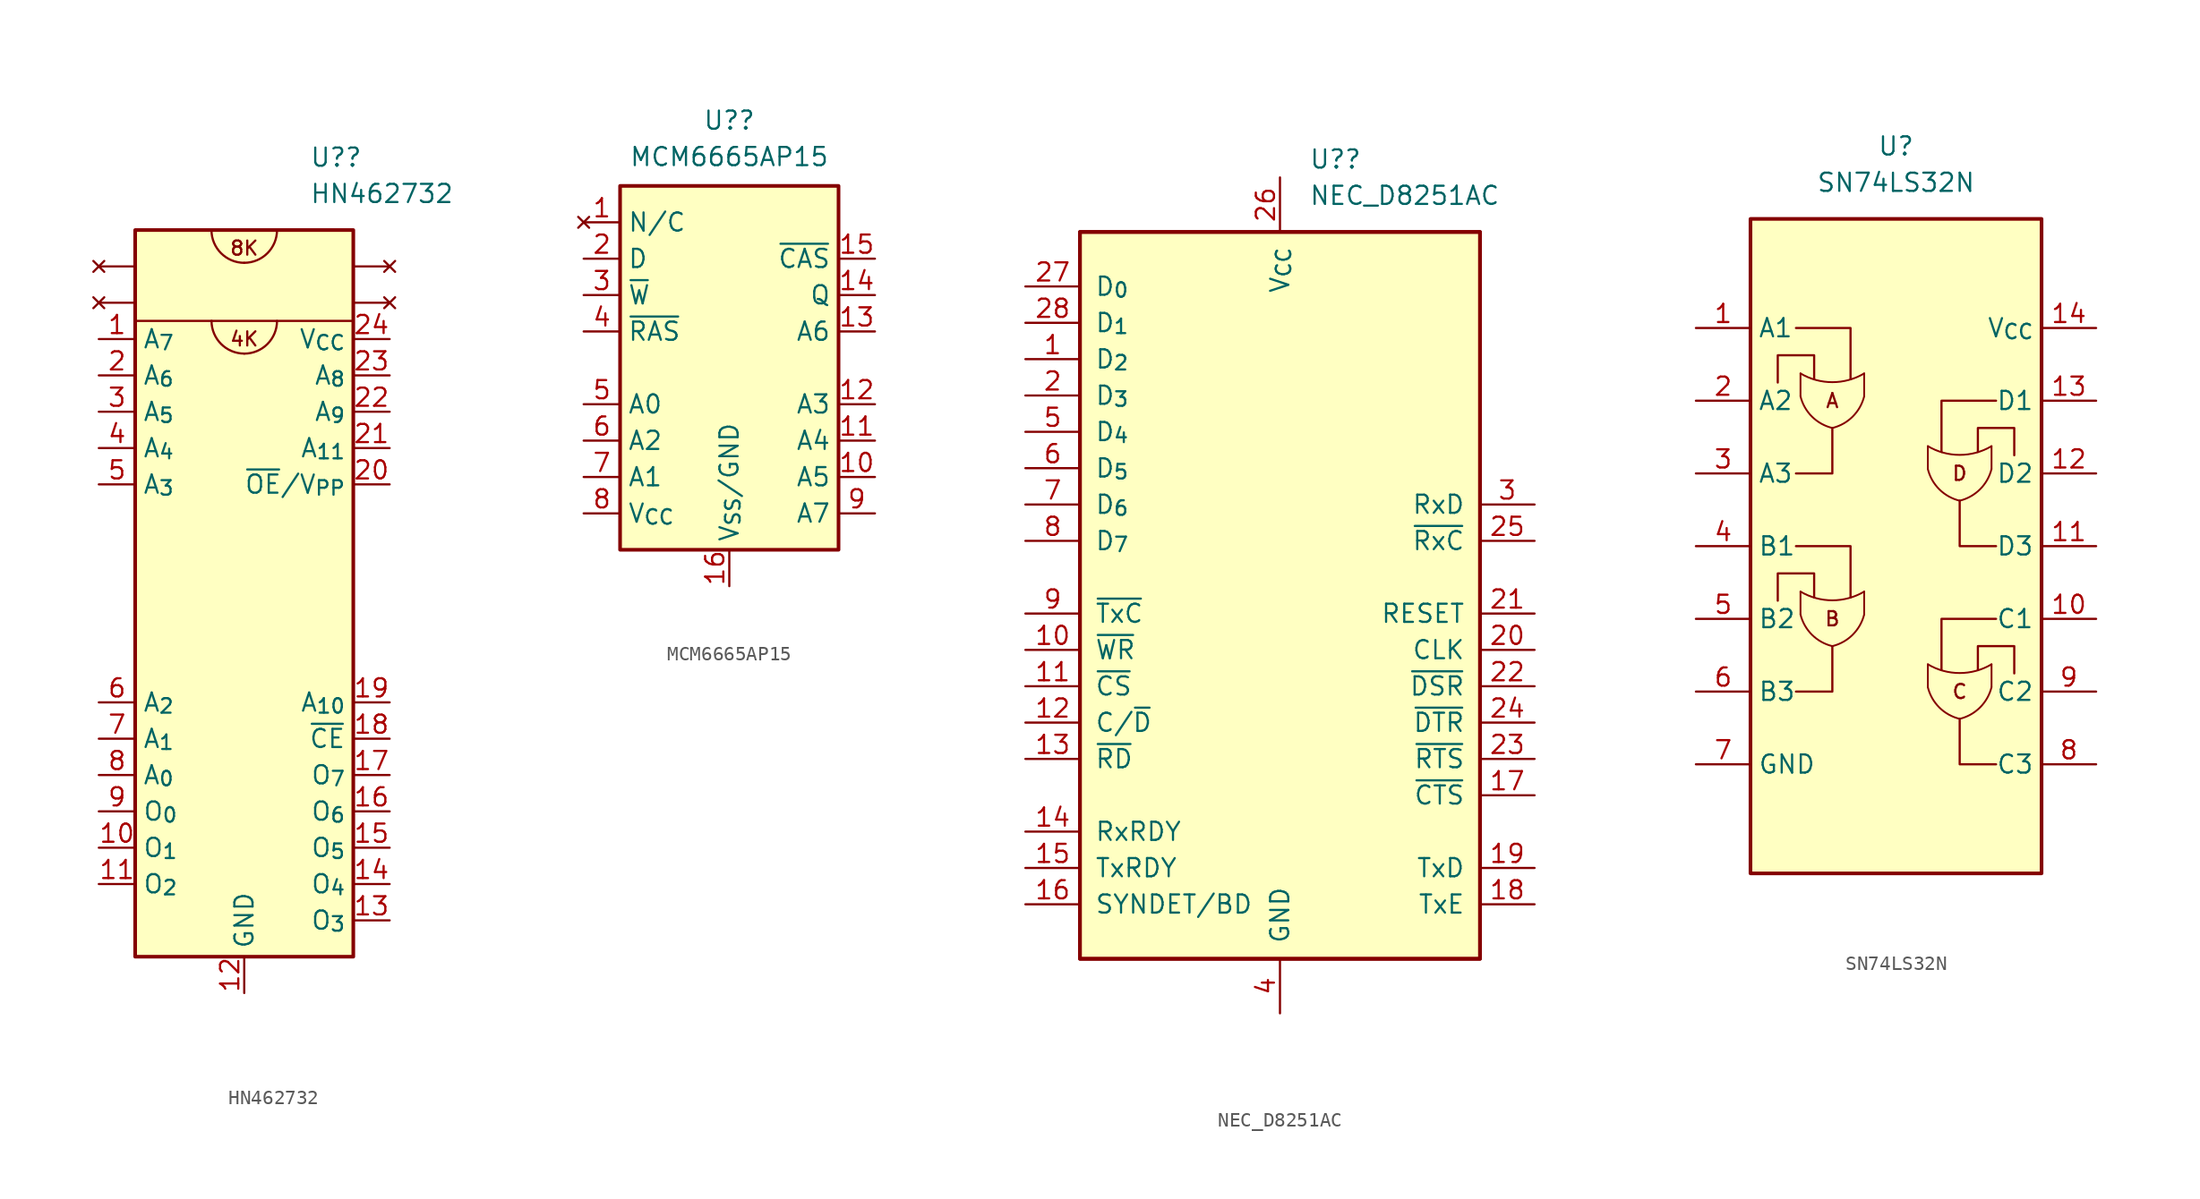
<source format=kicad_sym>
(kicad_symbol_lib
  (version 20211014)
  (generator kicad_symbol_editor)
  (symbol "HN462732"
    (property "Reference" "U?"
      (at 4.559 30.48 0)
      (effects (font (size 1.27 1.27)) (justify left)))
    (property "Value" "HN462732"
      (at 4.559 27.94 0)
      (effects (font (size 1.27 1.27)) (justify left)))
    (symbol "HN462732_0_0"
      (arc (start -2.2903 25.3957) (mid -1.6195 23.7805) (end -0.0043 23.1097) (stroke (width 0) (type default) (color 0 0 0 0)) (fill (type none)))
      (arc (start -2.286 19.05) (mid -1.6152 17.4348) (end 0 16.764) (stroke (width 0) (type default) (color 0 0 0 0)) (fill (type none)))
      (arc (start 0.0043 16.7597) (mid 1.6195 17.4305) (end 2.2903 19.0457) (stroke (width 0) (type default) (color 0 0 0 0)) (fill (type none)))
      (arc (start 0.0043 23.1097) (mid 1.6195 23.7805) (end 2.2903 25.3957) (stroke (width 0) (type default) (color 0 0 0 0)) (fill (type none)))
      (text "4K" (at 0 17.78 0) (effects (font (size 0.991 0.991))))
      (text "8K" (at 0 24.13 0) (effects (font (size 0.991 0.991)))))
    (symbol "HN462732_0_1"
      (polyline (pts (xy -7.62 19.05) (xy 7.62 19.05)) (stroke (width 0) (type default) (color 0 0 0 0)) (fill (type none))))
    (symbol "HN462732_1_1"
      (rectangle (start -7.62 25.4) (end 7.62 -25.4) (stroke (width 0.254) (type default) (color 0 0 0 0)) (fill (type background)))
      (pin no_connect line (at -10.16 20.32 0) (length 2.54) (name "" (effects (font (size 1.27 1.27)))) (number "" (effects (font (size 1.27 1.27)))))
      (pin no_connect line (at -10.16 22.86 0) (length 2.54) (name "" (effects (font (size 1.27 1.27)))) (number "" (effects (font (size 1.27 1.27)))))
      (pin no_connect line (at 10.16 20.32 180) (length 2.54) (name "" (effects (font (size 1.27 1.27)))) (number "" (effects (font (size 1.27 1.27)))))
      (pin no_connect line (at 10.16 22.86 180) (length 2.54) (name "" (effects (font (size 1.27 1.27)))) (number "" (effects (font (size 1.27 1.27)))))
      (pin input line (at -10.16 17.78 0) (length 2.54) (name "A_{7}" (effects (font (size 1.27 1.27)))) (number "1" (effects (font (size 1.27 1.27)))))
      (pin output line (at -10.16 -17.78 0) (length 2.54) (name "O_{1}" (effects (font (size 1.27 1.27)))) (number "10" (effects (font (size 1.27 1.27)))))
      (pin output line (at -10.16 -20.32 0) (length 2.54) (name "O_{2}" (effects (font (size 1.27 1.27)))) (number "11" (effects (font (size 1.27 1.27)))))
      (pin power_in line (at 0 -27.94 90) (length 2.54) (name "GND" (effects (font (size 1.27 1.27)))) (number "12" (effects (font (size 1.27 1.27)))))
      (pin output line (at 10.16 -22.86 180) (length 2.54) (name "O_{3}" (effects (font (size 1.27 1.27)))) (number "13" (effects (font (size 1.27 1.27)))))
      (pin output line (at 10.16 -20.32 180) (length 2.54) (name "O_{4}" (effects (font (size 1.27 1.27)))) (number "14" (effects (font (size 1.27 1.27)))))
      (pin output line (at 10.16 -17.78 180) (length 2.54) (name "O_{5}" (effects (font (size 1.27 1.27)))) (number "15" (effects (font (size 1.27 1.27)))))
      (pin output line (at 10.16 -15.24 180) (length 2.54) (name "O_{6}" (effects (font (size 1.27 1.27)))) (number "16" (effects (font (size 1.27 1.27)))))
      (pin output line (at 10.16 -12.7 180) (length 2.54) (name "O_{7}" (effects (font (size 1.27 1.27)))) (number "17" (effects (font (size 1.27 1.27)))))
      (pin input line (at 10.16 -10.16 180) (length 2.54) (name "~{CE}" (effects (font (size 1.27 1.27)))) (number "18" (effects (font (size 1.27 1.27)))))
      (pin passive line (at 10.16 -7.62 180) (length 2.54) (name "A_{10}" (effects (font (size 1.27 1.27)))) (number "19" (effects (font (size 1.27 1.27)))))
      (pin input line (at -10.16 15.24 0) (length 2.54) (name "A_{6}" (effects (font (size 1.27 1.27)))) (number "2" (effects (font (size 1.27 1.27)))))
      (pin input line (at 10.16 7.62 180) (length 2.54) (name "~{OE}/V_{PP}" (effects (font (size 1.27 1.27)))) (number "20" (effects (font (size 1.27 1.27)))))
      (pin passive line (at 10.16 10.16 180) (length 2.54) (name "A_{11}" (effects (font (size 1.27 1.27)))) (number "21" (effects (font (size 1.27 1.27)))))
      (pin passive line (at 10.16 12.7 180) (length 2.54) (name "A_{9}" (effects (font (size 1.27 1.27)))) (number "22" (effects (font (size 1.27 1.27)))))
      (pin passive line (at 10.16 15.24 180) (length 2.54) (name "A_{8}" (effects (font (size 1.27 1.27)))) (number "23" (effects (font (size 1.27 1.27)))))
      (pin power_in line (at 10.16 17.78 180) (length 2.54) (name "V_{CC}" (effects (font (size 1.27 1.27)))) (number "24" (effects (font (size 1.27 1.27)))))
      (pin input line (at -10.16 12.7 0) (length 2.54) (name "A_{5}" (effects (font (size 1.27 1.27)))) (number "3" (effects (font (size 1.27 1.27)))))
      (pin input line (at -10.16 10.16 0) (length 2.54) (name "A_{4}" (effects (font (size 1.27 1.27)))) (number "4" (effects (font (size 1.27 1.27)))))
      (pin input line (at -10.16 7.62 0) (length 2.54) (name "A_{3}" (effects (font (size 1.27 1.27)))) (number "5" (effects (font (size 1.27 1.27)))))
      (pin input line (at -10.16 -7.62 0) (length 2.54) (name "A_{2}" (effects (font (size 1.27 1.27)))) (number "6" (effects (font (size 1.27 1.27)))))
      (pin input line (at -10.16 -10.16 0) (length 2.54) (name "A_{1}" (effects (font (size 1.27 1.27)))) (number "7" (effects (font (size 1.27 1.27)))))
      (pin input line (at -10.16 -12.7 0) (length 2.54) (name "A_{0}" (effects (font (size 1.27 1.27)))) (number "8" (effects (font (size 1.27 1.27)))))
      (pin output line (at -10.16 -15.24 0) (length 2.54) (name "O_{0}" (effects (font (size 1.27 1.27)))) (number "9" (effects (font (size 1.27 1.27)))))))
  (symbol "MCM6665AP15"
    (property "Reference" "U?"
      (at 0 17.272 0)
      (effects (font (size 1.27 1.27))))
    (property "Value" "MCM6665AP15"
      (at 0 14.732 0)
      (effects (font (size 1.27 1.27))))
    (symbol "MCM6665AP15_0_1"
      (rectangle (start -7.62 12.7) (end 7.62 -12.7) (stroke (width 0.254) (type default) (color 0 0 0 0)) (fill (type background))))
    (symbol "MCM6665AP15_1_1"
      (pin no_connect line (at -10.16 10.16 0) (length 2.54) (name "N/C" (effects (font (size 1.27 1.27)))) (number "1" (effects (font (size 1.27 1.27)))))
      (pin passive line (at 10.16 -7.62 180) (length 2.54) (name "A5" (effects (font (size 1.27 1.27)))) (number "10" (effects (font (size 1.27 1.27)))))
      (pin passive line (at 10.16 -5.08 180) (length 2.54) (name "A4" (effects (font (size 1.27 1.27)))) (number "11" (effects (font (size 1.27 1.27)))))
      (pin passive line (at 10.16 -2.54 180) (length 2.54) (name "A3" (effects (font (size 1.27 1.27)))) (number "12" (effects (font (size 1.27 1.27)))))
      (pin passive line (at 10.16 2.54 180) (length 2.54) (name "A6" (effects (font (size 1.27 1.27)))) (number "13" (effects (font (size 1.27 1.27)))))
      (pin output line (at 10.16 5.08 180) (length 2.54) (name "Q" (effects (font (size 1.27 1.27)))) (number "14" (effects (font (size 1.27 1.27)))))
      (pin passive line (at 10.16 7.62 180) (length 2.54) (name "~{CAS}" (effects (font (size 1.27 1.27)))) (number "15" (effects (font (size 1.27 1.27)))))
      (pin power_in line (at 0 -15.24 90) (length 2.54) (name "V_{SS}/GND" (effects (font (size 1.27 1.27)))) (number "16" (effects (font (size 1.27 1.27)))))
      (pin input line (at -10.16 7.62 0) (length 2.54) (name "D" (effects (font (size 1.27 1.27)))) (number "2" (effects (font (size 1.27 1.27)))))
      (pin passive line (at -10.16 5.08 0) (length 2.54) (name "~{W}" (effects (font (size 1.27 1.27)))) (number "3" (effects (font (size 1.27 1.27)))))
      (pin passive line (at -10.16 2.54 0) (length 2.54) (name "~{RAS}" (effects (font (size 1.27 1.27)))) (number "4" (effects (font (size 1.27 1.27)))))
      (pin passive line (at -10.16 -2.54 0) (length 2.54) (name "A0" (effects (font (size 1.27 1.27)))) (number "5" (effects (font (size 1.27 1.27)))))
      (pin passive line (at -10.16 -5.08 0) (length 2.54) (name "A2" (effects (font (size 1.27 1.27)))) (number "6" (effects (font (size 1.27 1.27)))))
      (pin passive line (at -10.16 -7.62 0) (length 2.54) (name "A1" (effects (font (size 1.27 1.27)))) (number "7" (effects (font (size 1.27 1.27)))))
      (pin power_in line (at -10.16 -10.16 0) (length 2.54) (name "V_{CC}" (effects (font (size 1.27 1.27)))) (number "8" (effects (font (size 1.27 1.27)))))
      (pin passive line (at 10.16 -10.16 180) (length 2.54) (name "A7" (effects (font (size 1.27 1.27)))) (number "9" (effects (font (size 1.27 1.27)))))))
  (symbol "NEC_D8251AC"
    (pin_names
      (offset 1.016))
    (property "Reference" "U?"
      (at 2.019 29.21 0)
      (effects (font (size 1.27 1.27)) (justify left)))
    (property "Value" "NEC_D8251AC"
      (at 2.019 26.67 0)
      (effects (font (size 1.27 1.27)) (justify left)))
    (symbol "NEC_D8251AC_0_1"
      (rectangle (start -13.97 -26.67) (end 13.97 24.13) (stroke (width 0.254) (type default) (color 0 0 0 0)) (fill (type background)))
      (rectangle (start -13.97 -26.67) (end 13.97 24.13) (stroke (width 0.254) (type default) (color 0 0 0 0)) (fill (type background))))
    (symbol "NEC_D8251AC_1_1"
      (pin passive line (at -17.78 15.24 0) (length 3.81) (name "D_{2}" (effects (font (size 1.27 1.27)))) (number "1" (effects (font (size 1.27 1.27)))))
      (pin passive line (at -17.78 -5.08 0) (length 3.81) (name "~{WR}" (effects (font (size 1.27 1.27)))) (number "10" (effects (font (size 1.27 1.27)))))
      (pin passive line (at -17.78 -7.62 0) (length 3.81) (name "~{CS}" (effects (font (size 1.27 1.27)))) (number "11" (effects (font (size 1.27 1.27)))))
      (pin passive line (at -17.78 -10.16 0) (length 3.81) (name "C/~{D}" (effects (font (size 1.27 1.27)))) (number "12" (effects (font (size 1.27 1.27)))))
      (pin passive line (at -17.78 -12.7 0) (length 3.81) (name "~{RD}" (effects (font (size 1.27 1.27)))) (number "13" (effects (font (size 1.27 1.27)))))
      (pin passive line (at -17.78 -17.78 0) (length 3.81) (name "RxRDY" (effects (font (size 1.27 1.27)))) (number "14" (effects (font (size 1.27 1.27)))))
      (pin passive line (at -17.78 -20.32 0) (length 3.81) (name "TxRDY" (effects (font (size 1.27 1.27)))) (number "15" (effects (font (size 1.27 1.27)))))
      (pin passive line (at -17.78 -22.86 0) (length 3.81) (name "SYNDET/BD" (effects (font (size 1.27 1.27)))) (number "16" (effects (font (size 1.27 1.27)))))
      (pin passive line (at 17.78 -15.24 180) (length 3.81) (name "~{CTS}" (effects (font (size 1.27 1.27)))) (number "17" (effects (font (size 1.27 1.27)))))
      (pin passive line (at 17.78 -22.86 180) (length 3.81) (name "TxE" (effects (font (size 1.27 1.27)))) (number "18" (effects (font (size 1.27 1.27)))))
      (pin passive line (at 17.78 -20.32 180) (length 3.81) (name "TxD" (effects (font (size 1.27 1.27)))) (number "19" (effects (font (size 1.27 1.27)))))
      (pin passive line (at -17.78 12.7 0) (length 3.81) (name "D_{3}" (effects (font (size 1.27 1.27)))) (number "2" (effects (font (size 1.27 1.27)))))
      (pin passive line (at 17.78 -5.08 180) (length 3.81) (name "CLK" (effects (font (size 1.27 1.27)))) (number "20" (effects (font (size 1.27 1.27)))))
      (pin passive line (at 17.78 -2.54 180) (length 3.81) (name "RESET" (effects (font (size 1.27 1.27)))) (number "21" (effects (font (size 1.27 1.27)))))
      (pin passive line (at 17.78 -7.62 180) (length 3.81) (name "~{DSR}" (effects (font (size 1.27 1.27)))) (number "22" (effects (font (size 1.27 1.27)))))
      (pin passive line (at 17.78 -12.7 180) (length 3.81) (name "~{RTS}" (effects (font (size 1.27 1.27)))) (number "23" (effects (font (size 1.27 1.27)))))
      (pin passive line (at 17.78 -10.16 180) (length 3.81) (name "~{DTR}" (effects (font (size 1.27 1.27)))) (number "24" (effects (font (size 1.27 1.27)))))
      (pin passive line (at 17.78 2.54 180) (length 3.81) (name "~{RxC}" (effects (font (size 1.27 1.27)))) (number "25" (effects (font (size 1.27 1.27)))))
      (pin power_in line (at 0 27.94 270) (length 3.81) (name "V_{CC}" (effects (font (size 1.27 1.27)))) (number "26" (effects (font (size 1.27 1.27)))))
      (pin passive line (at -17.78 20.32 0) (length 3.81) (name "D_{0}" (effects (font (size 1.27 1.27)))) (number "27" (effects (font (size 1.27 1.27)))))
      (pin passive line (at -17.78 17.78 0) (length 3.81) (name "D_{1}" (effects (font (size 1.27 1.27)))) (number "28" (effects (font (size 1.27 1.27)))))
      (pin passive line (at 17.78 5.08 180) (length 3.81) (name "RxD" (effects (font (size 1.27 1.27)))) (number "3" (effects (font (size 1.27 1.27)))))
      (pin power_in line (at 0 -30.48 90) (length 3.81) (name "GND" (effects (font (size 1.27 1.27)))) (number "4" (effects (font (size 1.27 1.27)))))
      (pin passive line (at -17.78 10.16 0) (length 3.81) (name "D_{4}" (effects (font (size 1.27 1.27)))) (number "5" (effects (font (size 1.27 1.27)))))
      (pin passive line (at -17.78 7.62 0) (length 3.81) (name "D_{5}" (effects (font (size 1.27 1.27)))) (number "6" (effects (font (size 1.27 1.27)))))
      (pin passive line (at -17.78 5.08 0) (length 3.81) (name "D_{6}" (effects (font (size 1.27 1.27)))) (number "7" (effects (font (size 1.27 1.27)))))
      (pin passive line (at -17.78 2.54 0) (length 3.81) (name "D_{7}" (effects (font (size 1.27 1.27)))) (number "8" (effects (font (size 1.27 1.27)))))
      (pin passive line (at -17.78 -2.54 0) (length 3.81) (name "~{TxC}" (effects (font (size 1.27 1.27)))) (number "9" (effects (font (size 1.27 1.27)))))))
  (symbol "SN74LS32N"
    (property "Reference" "U"
      (at 0 27.94 0)
      (effects (font (size 1.27 1.27))))
    (property "Value" "SN74LS32N"
      (at 0 25.4 0)
      (effects (font (size 1.27 1.27))))
    (symbol "SN74LS32N_0_0"
      (text "A" (at -4.445 10.16 0) (effects (font (size 0.991 0.991))))
      (text "B" (at -4.445 -5.08 0) (effects (font (size 0.991 0.991))))
      (text "C" (at 4.445 -10.16 0) (effects (font (size 0.991 0.991))))
      (text "D" (at 4.445 5.08 0) (effects (font (size 0.991 0.991)))))
    (symbol "SN74LS32N_0_1"
      (rectangle (start -10.16 22.86) (end 10.16 -22.86) (stroke (width 0.254) (type default) (color 0 0 0 0)) (fill (type background)))
      (polyline (pts (xy -6.985 -10.16) (xy -4.445 -10.16) (xy -4.445 -6.985)) (stroke (width 0) (type default) (color 0 0 0 0)) (fill (type none)))
      (polyline (pts (xy -6.985 0) (xy -3.175 0) (xy -3.175 -3.58)) (stroke (width 0) (type default) (color 0 0 0 0)) (fill (type none)))
      (polyline (pts (xy -6.985 5.08) (xy -4.445 5.08) (xy -4.445 8.255)) (stroke (width 0) (type default) (color 0 0 0 0)) (fill (type none)))
      (polyline (pts (xy -6.985 15.24) (xy -3.175 15.24) (xy -3.175 11.66)) (stroke (width 0) (type default) (color 0 0 0 0)) (fill (type none)))
      (polyline (pts (xy 6.985 -15.24) (xy 4.445 -15.24) (xy 4.445 -12.065)) (stroke (width 0) (type default) (color 0 0 0 0)) (fill (type none)))
      (polyline (pts (xy 6.985 -5.08) (xy 3.175 -5.08) (xy 3.175 -8.66)) (stroke (width 0) (type default) (color 0 0 0 0)) (fill (type none)))
      (polyline (pts (xy 6.985 0) (xy 4.445 0) (xy 4.445 3.175)) (stroke (width 0) (type default) (color 0 0 0 0)) (fill (type none)))
      (polyline (pts (xy 6.985 10.16) (xy 3.175 10.16) (xy 3.175 6.58)) (stroke (width 0) (type default) (color 0 0 0 0)) (fill (type none)))
      (polyline (pts (xy -8.255 -3.81) (xy -8.255 -1.905) (xy -5.715 -1.905) (xy -5.715 -3.58)) (stroke (width 0) (type default) (color 0 0 0 0)) (fill (type none)))
      (polyline (pts (xy -8.255 11.43) (xy -8.255 13.335) (xy -5.715 13.335) (xy -5.715 11.66)) (stroke (width 0) (type default) (color 0 0 0 0)) (fill (type none)))
      (polyline (pts (xy 8.255 -8.89) (xy 8.255 -6.985) (xy 5.715 -6.985) (xy 5.715 -8.66)) (stroke (width 0) (type default) (color 0 0 0 0)) (fill (type none)))
      (polyline (pts (xy 8.255 6.35) (xy 8.255 8.255) (xy 5.715 8.255) (xy 5.715 6.58)) (stroke (width 0) (type default) (color 0 0 0 0)) (fill (type none))))
    (symbol "SN74LS32N_1_1"
      (arc (start -6.6675 -4.7752) (mid -5.8664 -6.192) (end -4.445 -6.985) (stroke (width 0.127) (type default) (color 0 0 0 0)) (fill (type background)))
      (arc (start -6.6675 -3.175) (mid -4.445 -3.7845) (end -2.2225 -3.175) (stroke (width 0.127) (type default) (color 0 0 0 0)) (fill (type none)))
      (arc (start -6.6675 10.4648) (mid -5.8664 9.048) (end -4.445 8.255) (stroke (width 0.127) (type default) (color 0 0 0 0)) (fill (type background)))
      (arc (start -6.6675 12.065) (mid -4.445 11.4555) (end -2.2225 12.065) (stroke (width 0.127) (type default) (color 0 0 0 0)) (fill (type none)))
      (arc (start -4.445 -6.985) (mid -3.0257 -6.1899) (end -2.2225 -4.7752) (stroke (width 0.127) (type default) (color 0 0 0 0)) (fill (type background)))
      (arc (start -4.445 8.255) (mid -3.0257 9.0501) (end -2.2225 10.4648) (stroke (width 0.127) (type default) (color 0 0 0 0)) (fill (type background)))
      (polyline (pts (xy -6.668 -3.175) (xy -6.668 -4.763)) (stroke (width 0.127) (type default) (color 0 0 0 0)) (fill (type background)))
      (polyline (pts (xy -6.668 12.065) (xy -6.668 10.477)) (stroke (width 0.127) (type default) (color 0 0 0 0)) (fill (type background)))
      (polyline (pts (xy -2.223 -3.175) (xy -2.223 -4.763)) (stroke (width 0.127) (type default) (color 0 0 0 0)) (fill (type background)))
      (polyline (pts (xy -2.223 12.065) (xy -2.223 10.477)) (stroke (width 0.127) (type default) (color 0 0 0 0)) (fill (type background)))
      (polyline (pts (xy 2.223 -8.255) (xy 2.223 -9.842)) (stroke (width 0.127) (type default) (color 0 0 0 0)) (fill (type background)))
      (polyline (pts (xy 2.223 6.985) (xy 2.223 5.397)) (stroke (width 0.127) (type default) (color 0 0 0 0)) (fill (type background)))
      (polyline (pts (xy 6.668 -8.255) (xy 6.668 -9.842)) (stroke (width 0.127) (type default) (color 0 0 0 0)) (fill (type background)))
      (polyline (pts (xy 6.668 6.985) (xy 6.668 5.397)) (stroke (width 0.127) (type default) (color 0 0 0 0)) (fill (type background)))
      (polyline (pts (xy -2.223 -4.763) (xy -2.223 -3.175) (xy -2.223 -3.175) (xy -2.4 -3.264) (xy -2.985 -3.531) (xy -3.607 -3.696) (xy -4.229 -3.772) (xy -4.877 -3.759) (xy -5.499 -3.645) (xy -6.109 -3.454) (xy -6.668 -3.175) (xy -6.668 -3.175) (xy -6.668 -4.763)) (stroke (width -12.7) (type default) (color 0 0 0 0)) (fill (type background)))
      (polyline (pts (xy -2.223 10.477) (xy -2.223 12.065) (xy -2.223 12.065) (xy -2.4 11.976) (xy -2.985 11.709) (xy -3.607 11.544) (xy -4.229 11.468) (xy -4.877 11.481) (xy -5.499 11.595) (xy -6.109 11.786) (xy -6.668 12.065) (xy -6.668 12.065) (xy -6.668 10.477)) (stroke (width -12.7) (type default) (color 0 0 0 0)) (fill (type background)))
      (polyline (pts (xy 6.668 -9.842) (xy 6.668 -8.255) (xy 6.668 -8.255) (xy 6.49 -8.344) (xy 5.905 -8.611) (xy 5.283 -8.776) (xy 4.661 -8.852) (xy 4.013 -8.839) (xy 3.391 -8.725) (xy 2.781 -8.534) (xy 2.223 -8.255) (xy 2.223 -8.255) (xy 2.223 -9.842)) (stroke (width -12.7) (type default) (color 0 0 0 0)) (fill (type background)))
      (polyline (pts (xy 6.668 5.397) (xy 6.668 6.985) (xy 6.668 6.985) (xy 6.49 6.896) (xy 5.905 6.629) (xy 5.283 6.464) (xy 4.661 6.388) (xy 4.013 6.401) (xy 3.391 6.515) (xy 2.781 6.706) (xy 2.223 6.985) (xy 2.223 6.985) (xy 2.223 5.397)) (stroke (width -12.7) (type default) (color 0 0 0 0)) (fill (type background)))
      (arc (start 2.2225 -9.8552) (mid 3.0236 -11.272) (end 4.445 -12.065) (stroke (width 0.127) (type default) (color 0 0 0 0)) (fill (type background)))
      (arc (start 2.2225 -8.255) (mid 4.445 -8.8645) (end 6.6675 -8.255) (stroke (width 0.127) (type default) (color 0 0 0 0)) (fill (type none)))
      (arc (start 2.2225 5.3848) (mid 3.0236 3.968) (end 4.445 3.175) (stroke (width 0.127) (type default) (color 0 0 0 0)) (fill (type background)))
      (arc (start 2.2225 6.985) (mid 4.445 6.3755) (end 6.6675 6.985) (stroke (width 0.127) (type default) (color 0 0 0 0)) (fill (type none)))
      (arc (start 4.445 -12.065) (mid 5.8643 -11.2699) (end 6.6675 -9.8552) (stroke (width 0.127) (type default) (color 0 0 0 0)) (fill (type background)))
      (arc (start 4.445 3.175) (mid 5.8643 3.9701) (end 6.6675 5.3848) (stroke (width 0.127) (type default) (color 0 0 0 0)) (fill (type background)))
      (pin input line (at -13.97 15.24 0) (length 3.81) (name "A1" (effects (font (size 1.27 1.27)))) (number "1" (effects (font (size 1.27 1.27)))))
      (pin input line (at 13.97 -5.08 180) (length 3.81) (name "C1" (effects (font (size 1.27 1.27)))) (number "10" (effects (font (size 1.27 1.27)))))
      (pin output line (at 13.97 0 180) (length 3.81) (name "D3" (effects (font (size 1.27 1.27)))) (number "11" (effects (font (size 1.27 1.27)))))
      (pin input line (at 13.97 5.08 180) (length 3.81) (name "D2" (effects (font (size 1.27 1.27)))) (number "12" (effects (font (size 1.27 1.27)))))
      (pin input line (at 13.97 10.16 180) (length 3.81) (name "D1" (effects (font (size 1.27 1.27)))) (number "13" (effects (font (size 1.27 1.27)))))
      (pin power_in line (at 13.97 15.24 180) (length 3.81) (name "V_{CC}" (effects (font (size 1.27 1.27)))) (number "14" (effects (font (size 1.27 1.27)))))
      (pin input line (at -13.97 10.16 0) (length 3.81) (name "A2" (effects (font (size 1.27 1.27)))) (number "2" (effects (font (size 1.27 1.27)))))
      (pin output line (at -13.97 5.08 0) (length 3.81) (name "A3" (effects (font (size 1.27 1.27)))) (number "3" (effects (font (size 1.27 1.27)))))
      (pin input line (at -13.97 0 0) (length 3.81) (name "B1" (effects (font (size 1.27 1.27)))) (number "4" (effects (font (size 1.27 1.27)))))
      (pin input line (at -13.97 -5.08 0) (length 3.81) (name "B2" (effects (font (size 1.27 1.27)))) (number "5" (effects (font (size 1.27 1.27)))))
      (pin output line (at -13.97 -10.16 0) (length 3.81) (name "B3" (effects (font (size 1.27 1.27)))) (number "6" (effects (font (size 1.27 1.27)))))
      (pin power_in line (at -13.97 -15.24 0) (length 3.81) (name "GND" (effects (font (size 1.27 1.27)))) (number "7" (effects (font (size 1.27 1.27)))))
      (pin output line (at 13.97 -15.24 180) (length 3.81) (name "C3" (effects (font (size 1.27 1.27)))) (number "8" (effects (font (size 1.27 1.27)))))
      (pin input line (at 13.97 -10.16 180) (length 3.81) (name "C2" (effects (font (size 1.27 1.27)))) (number "9" (effects (font (size 1.27 1.27))))))))
</source>
